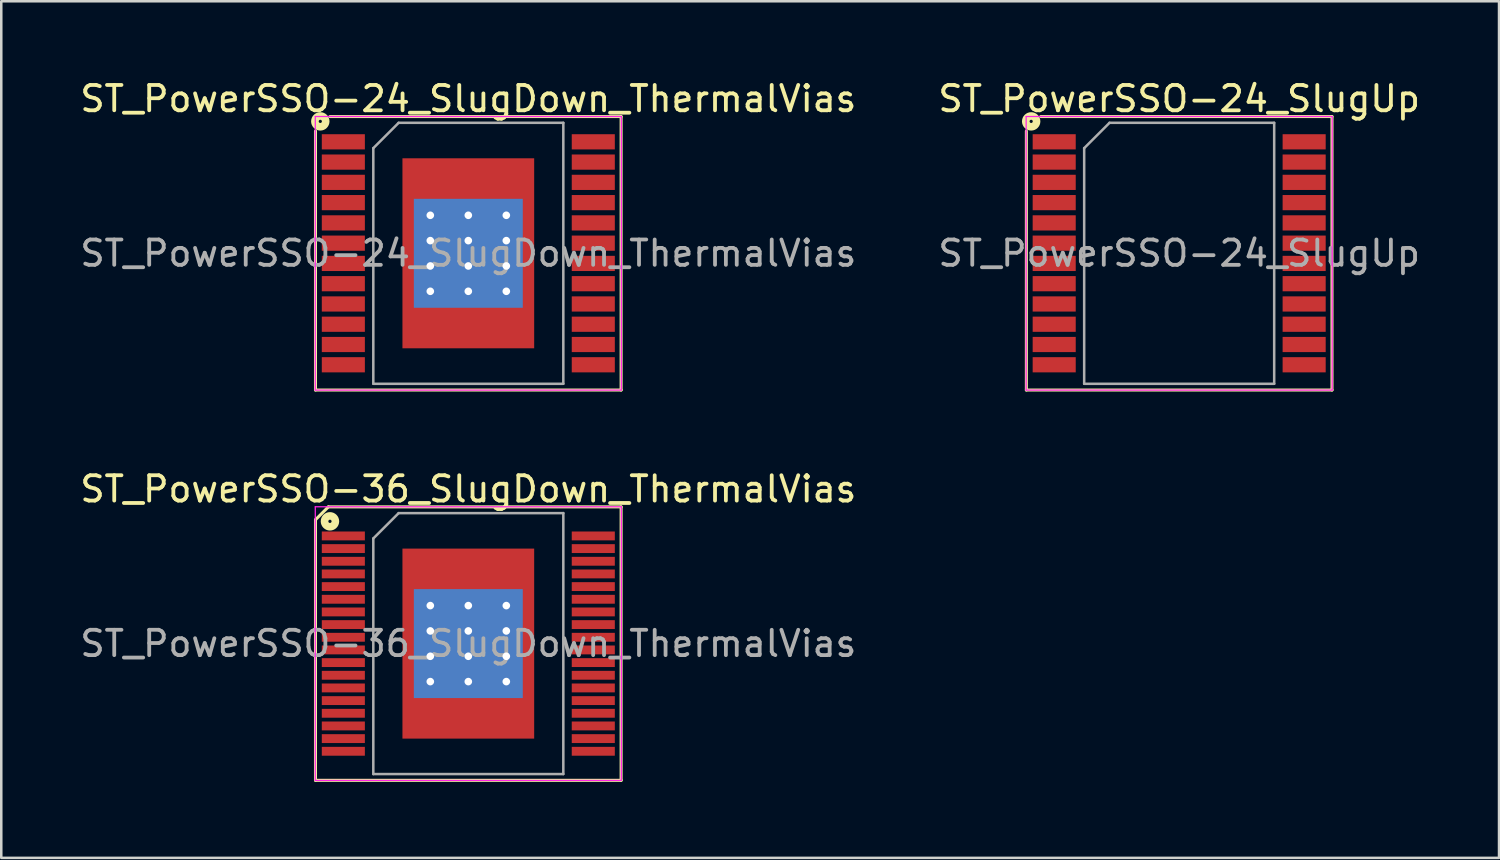
<source format=kicad_pcb>
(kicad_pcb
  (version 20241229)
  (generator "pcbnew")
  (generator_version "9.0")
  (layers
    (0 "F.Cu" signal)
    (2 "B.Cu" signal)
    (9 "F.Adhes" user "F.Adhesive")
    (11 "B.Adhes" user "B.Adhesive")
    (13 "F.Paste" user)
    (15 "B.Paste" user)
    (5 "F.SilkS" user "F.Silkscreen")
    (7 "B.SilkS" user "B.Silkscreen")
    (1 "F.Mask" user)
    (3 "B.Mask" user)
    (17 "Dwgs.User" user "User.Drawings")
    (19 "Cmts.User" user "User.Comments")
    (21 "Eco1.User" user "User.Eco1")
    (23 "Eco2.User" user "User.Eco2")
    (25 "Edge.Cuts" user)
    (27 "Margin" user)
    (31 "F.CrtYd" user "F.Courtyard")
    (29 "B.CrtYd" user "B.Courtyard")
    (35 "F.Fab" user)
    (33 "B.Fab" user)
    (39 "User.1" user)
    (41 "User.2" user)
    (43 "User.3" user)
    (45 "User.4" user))
  (footprint "ST_PowerSSO-24_SlugDown_ThermalVias"
    (layer "F.Cu")
    (at 15.435 6.948)
    (property "Reference" "ST_PowerSSO-24_SlugDown_ThermalVias" (at 0 -6.1 0) (layer "F.SilkS") (effects (font (size 1 1) (thickness 0.15))))
    (attr smd)
    (fp_line (start -6.032 -4.826) (end -6.032 5.397) (stroke (width 0.12) (type solid)) (layer "F.SilkS"))
    (fp_line (start -6.032 5.397) (end 6.032 5.397) (stroke (width 0.12) (type solid)) (layer "F.SilkS"))
    (fp_line (start 6.032 -5.397) (end -5.461 -5.397) (stroke (width 0.12) (type solid)) (layer "F.SilkS"))
    (fp_line (start 6.032 5.397) (end 6.032 -5.397) (stroke (width 0.12) (type solid)) (layer "F.SilkS"))
    (fp_circle (center -5.842 -5.207) (end -5.779 -5.207) (stroke (width 0.3) (type solid)) (fill no) (layer "F.SilkS"))
    (fp_line (start -6.04 -5.4) (end -6.04 5.4) (stroke (width 0.05) (type solid)) (layer "F.CrtYd"))
    (fp_line (start -6.04 -5.4) (end 6.04 -5.4) (stroke (width 0.05) (type solid)) (layer "F.CrtYd"))
    (fp_line (start 6.04 5.4) (end -6.04 5.4) (stroke (width 0.05) (type solid)) (layer "F.CrtYd"))
    (fp_line (start 6.04 5.4) (end 6.04 -5.4) (stroke (width 0.05) (type solid)) (layer "F.CrtYd"))
    (fp_line (start -3.75 -4.15) (end -3.75 5.15) (stroke (width 0.1) (type solid)) (layer "F.Fab"))
    (fp_line (start -3.75 5.15) (end 3.75 5.15) (stroke (width 0.1) (type solid)) (layer "F.Fab"))
    (fp_line (start -2.75 -5.15) (end -3.75 -4.15) (stroke (width 0.1) (type solid)) (layer "F.Fab"))
    (fp_line (start 3.75 -5.15) (end -2.75 -5.15) (stroke (width 0.1) (type solid)) (layer "F.Fab"))
    (fp_line (start 3.75 5.15) (end 3.75 -5.15) (stroke (width 0.1) (type solid)) (layer "F.Fab"))
    (fp_text user "${REFERENCE}" (at 0 0 0) (layer "F.Fab") (effects (font (size 1 1) (thickness 0.15))))
    (pad "1" smd rect (at -4.933 -4.4) (size 1.7 0.6) (layers "F.Cu" "F.Mask" "F.Paste"))
    (pad "2" smd rect (at -4.933 -3.6) (size 1.7 0.6) (layers "F.Cu" "F.Mask" "F.Paste"))
    (pad "3" smd rect (at -4.933 -2.8) (size 1.7 0.6) (layers "F.Cu" "F.Mask" "F.Paste"))
    (pad "4" smd rect (at -4.933 -2) (size 1.7 0.6) (layers "F.Cu" "F.Mask" "F.Paste"))
    (pad "5" smd rect (at -4.933 -1.2) (size 1.7 0.6) (layers "F.Cu" "F.Mask" "F.Paste"))
    (pad "6" smd rect (at -4.933 -0.4) (size 1.7 0.6) (layers "F.Cu" "F.Mask" "F.Paste"))
    (pad "7" smd rect (at -4.933 0.4) (size 1.7 0.6) (layers "F.Cu" "F.Mask" "F.Paste"))
    (pad "8" smd rect (at -4.933 1.2) (size 1.7 0.6) (layers "F.Cu" "F.Mask" "F.Paste"))
    (pad "9" smd rect (at -4.933 2) (size 1.7 0.6) (layers "F.Cu" "F.Mask" "F.Paste"))
    (pad "10" smd rect (at -4.933 2.8) (size 1.7 0.6) (layers "F.Cu" "F.Mask" "F.Paste"))
    (pad "11" smd rect (at -4.933 3.6) (size 1.7 0.6) (layers "F.Cu" "F.Mask" "F.Paste"))
    (pad "12" smd rect (at -4.933 4.4) (size 1.7 0.6) (layers "F.Cu" "F.Mask" "F.Paste"))
    (pad "13" smd rect (at 4.933 4.4) (size 1.7 0.6) (layers "F.Cu" "F.Mask" "F.Paste"))
    (pad "14" smd rect (at 4.933 3.6) (size 1.7 0.6) (layers "F.Cu" "F.Mask" "F.Paste"))
    (pad "15" smd rect (at 4.933 2.8) (size 1.7 0.6) (layers "F.Cu" "F.Mask" "F.Paste"))
    (pad "16" smd rect (at 4.933 2) (size 1.7 0.6) (layers "F.Cu" "F.Mask" "F.Paste"))
    (pad "17" smd rect (at 4.933 1.2) (size 1.7 0.6) (layers "F.Cu" "F.Mask" "F.Paste"))
    (pad "18" smd rect (at 4.933 0.4) (size 1.7 0.6) (layers "F.Cu" "F.Mask" "F.Paste"))
    (pad "19" smd rect (at 4.933 -0.4) (size 1.7 0.6) (layers "F.Cu" "F.Mask" "F.Paste"))
    (pad "20" smd rect (at 4.933 -1.2) (size 1.7 0.6) (layers "F.Cu" "F.Mask" "F.Paste"))
    (pad "21" smd rect (at 4.933 -2) (size 1.7 0.6) (layers "F.Cu" "F.Mask" "F.Paste"))
    (pad "22" smd rect (at 4.933 -2.8) (size 1.7 0.6) (layers "F.Cu" "F.Mask" "F.Paste"))
    (pad "23" smd rect (at 4.933 -3.6) (size 1.7 0.6) (layers "F.Cu" "F.Mask" "F.Paste"))
    (pad "24" smd rect (at 4.933 -4.4) (size 1.7 0.6) (layers "F.Cu" "F.Mask" "F.Paste"))
    (pad "25" thru_hole circle (at -1.5 -1.5) (size 0.7 0.7) (drill 0.3) (layers "*.Cu"))
    (pad "25" thru_hole circle (at -1.5 -0.5) (size 0.7 0.7) (drill 0.3) (layers "*.Cu"))
    (pad "25" thru_hole circle (at -1.5 0.5) (size 0.7 0.7) (drill 0.3) (layers "*.Cu"))
    (pad "25" thru_hole circle (at -1.5 1.5) (size 0.7 0.7) (drill 0.3) (layers "*.Cu"))
    (pad "25" thru_hole circle (at 0 -1.5) (size 0.7 0.7) (drill 0.3) (layers "*.Cu"))
    (pad "25" thru_hole circle (at 0 -0.5) (size 0.7 0.7) (drill 0.3) (layers "*.Cu"))
    (pad "25" smd rect (at 0 0) (size 4.3 4.3) (layers "B.Cu" "B.Mask"))
    (pad "25" smd rect (at 0 0) (size 5.2 7.5) (layers "F.Cu" "F.Mask" "F.Paste"))
    (pad "25" thru_hole circle (at 0 0.5) (size 0.7 0.7) (drill 0.3) (layers "*.Cu"))
    (pad "25" thru_hole circle (at 0 1.5) (size 0.7 0.7) (drill 0.3) (layers "*.Cu"))
    (pad "25" thru_hole circle (at 1.5 -1.5) (size 0.7 0.7) (drill 0.3) (layers "*.Cu"))
    (pad "25" thru_hole circle (at 1.5 -0.5) (size 0.7 0.7) (drill 0.3) (layers "*.Cu"))
    (pad "25" thru_hole circle (at 1.5 0.5) (size 0.7 0.7) (drill 0.3) (layers "*.Cu"))
    (pad "25" thru_hole circle (at 1.5 1.5) (size 0.7 0.7) (drill 0.3) (layers "*.Cu")))
  (footprint "ST_PowerSSO-24_SlugUp"
    (layer "F.Cu")
    (at 43.494 6.948)
    (property "Reference" "ST_PowerSSO-24_SlugUp" (at 0 -6.1 0) (layer "F.SilkS") (effects (font (size 1 1) (thickness 0.15))))
    (attr smd)
    (fp_line (start -6.032 -4.826) (end -6.032 5.397) (stroke (width 0.12) (type solid)) (layer "F.SilkS"))
    (fp_line (start -6.032 5.397) (end 6.032 5.397) (stroke (width 0.12) (type solid)) (layer "F.SilkS"))
    (fp_line (start 6.032 -5.397) (end -5.461 -5.397) (stroke (width 0.12) (type solid)) (layer "F.SilkS"))
    (fp_line (start 6.032 5.397) (end 6.032 -5.397) (stroke (width 0.12) (type solid)) (layer "F.SilkS"))
    (fp_circle (center -5.842 -5.207) (end -5.779 -5.207) (stroke (width 0.3) (type solid)) (fill no) (layer "F.SilkS"))
    (fp_line (start -6.04 -5.4) (end -6.04 5.4) (stroke (width 0.05) (type solid)) (layer "F.CrtYd"))
    (fp_line (start -6.04 -5.4) (end 6.04 -5.4) (stroke (width 0.05) (type solid)) (layer "F.CrtYd"))
    (fp_line (start 6.04 5.4) (end -6.04 5.4) (stroke (width 0.05) (type solid)) (layer "F.CrtYd"))
    (fp_line (start 6.04 5.4) (end 6.04 -5.4) (stroke (width 0.05) (type solid)) (layer "F.CrtYd"))
    (fp_line (start -3.75 -4.15) (end -3.75 5.15) (stroke (width 0.1) (type solid)) (layer "F.Fab"))
    (fp_line (start -3.75 5.15) (end 3.75 5.15) (stroke (width 0.1) (type solid)) (layer "F.Fab"))
    (fp_line (start -2.75 -5.15) (end -3.75 -4.15) (stroke (width 0.1) (type solid)) (layer "F.Fab"))
    (fp_line (start 3.75 -5.15) (end -2.75 -5.15) (stroke (width 0.1) (type solid)) (layer "F.Fab"))
    (fp_line (start 3.75 5.15) (end 3.75 -5.15) (stroke (width 0.1) (type solid)) (layer "F.Fab"))
    (fp_text user "${REFERENCE}" (at 0 0 0) (layer "F.Fab") (effects (font (size 1 1) (thickness 0.15))))
    (pad "1" smd rect (at -4.933 -4.4) (size 1.7 0.6) (layers "F.Cu" "F.Mask" "F.Paste"))
    (pad "2" smd rect (at -4.933 -3.6) (size 1.7 0.6) (layers "F.Cu" "F.Mask" "F.Paste"))
    (pad "3" smd rect (at -4.933 -2.8) (size 1.7 0.6) (layers "F.Cu" "F.Mask" "F.Paste"))
    (pad "4" smd rect (at -4.933 -2) (size 1.7 0.6) (layers "F.Cu" "F.Mask" "F.Paste"))
    (pad "5" smd rect (at -4.933 -1.2) (size 1.7 0.6) (layers "F.Cu" "F.Mask" "F.Paste"))
    (pad "6" smd rect (at -4.933 -0.4) (size 1.7 0.6) (layers "F.Cu" "F.Mask" "F.Paste"))
    (pad "7" smd rect (at -4.933 0.4) (size 1.7 0.6) (layers "F.Cu" "F.Mask" "F.Paste"))
    (pad "8" smd rect (at -4.933 1.2) (size 1.7 0.6) (layers "F.Cu" "F.Mask" "F.Paste"))
    (pad "9" smd rect (at -4.933 2) (size 1.7 0.6) (layers "F.Cu" "F.Mask" "F.Paste"))
    (pad "10" smd rect (at -4.933 2.8) (size 1.7 0.6) (layers "F.Cu" "F.Mask" "F.Paste"))
    (pad "11" smd rect (at -4.933 3.6) (size 1.7 0.6) (layers "F.Cu" "F.Mask" "F.Paste"))
    (pad "12" smd rect (at -4.933 4.4) (size 1.7 0.6) (layers "F.Cu" "F.Mask" "F.Paste"))
    (pad "13" smd rect (at 4.933 4.4) (size 1.7 0.6) (layers "F.Cu" "F.Mask" "F.Paste"))
    (pad "14" smd rect (at 4.933 3.6) (size 1.7 0.6) (layers "F.Cu" "F.Mask" "F.Paste"))
    (pad "15" smd rect (at 4.933 2.8) (size 1.7 0.6) (layers "F.Cu" "F.Mask" "F.Paste"))
    (pad "16" smd rect (at 4.933 2) (size 1.7 0.6) (layers "F.Cu" "F.Mask" "F.Paste"))
    (pad "17" smd rect (at 4.933 1.2) (size 1.7 0.6) (layers "F.Cu" "F.Mask" "F.Paste"))
    (pad "18" smd rect (at 4.933 0.4) (size 1.7 0.6) (layers "F.Cu" "F.Mask" "F.Paste"))
    (pad "19" smd rect (at 4.933 -0.4) (size 1.7 0.6) (layers "F.Cu" "F.Mask" "F.Paste"))
    (pad "20" smd rect (at 4.933 -1.2) (size 1.7 0.6) (layers "F.Cu" "F.Mask" "F.Paste"))
    (pad "21" smd rect (at 4.933 -2) (size 1.7 0.6) (layers "F.Cu" "F.Mask" "F.Paste"))
    (pad "22" smd rect (at 4.933 -2.8) (size 1.7 0.6) (layers "F.Cu" "F.Mask" "F.Paste"))
    (pad "23" smd rect (at 4.933 -3.6) (size 1.7 0.6) (layers "F.Cu" "F.Mask" "F.Paste"))
    (pad "24" smd rect (at 4.933 -4.4) (size 1.7 0.6) (layers "F.Cu" "F.Mask" "F.Paste")))
  (footprint "ST_PowerSSO-36_SlugDown_ThermalVias"
    (layer "F.Cu")
    (at 15.435 22.354)
    (property "Reference" "ST_PowerSSO-36_SlugDown_ThermalVias" (at 0 -6.1 0) (layer "F.SilkS") (effects (font (size 1 1) (thickness 0.15))))
    (attr smd)
    (fp_line (start -6.032 -4.889) (end -6.032 5.397) (stroke (width 0.12) (type solid)) (layer "F.SilkS"))
    (fp_line (start -6.032 -4.889) (end -5.524 -5.397) (stroke (width 0.12) (type solid)) (layer "F.SilkS"))
    (fp_line (start -6.032 5.397) (end 6.032 5.397) (stroke (width 0.12) (type solid)) (layer "F.SilkS"))
    (fp_line (start 6.032 -5.397) (end -5.524 -5.397) (stroke (width 0.12) (type solid)) (layer "F.SilkS"))
    (fp_line (start 6.032 5.397) (end 6.032 -5.397) (stroke (width 0.12) (type solid)) (layer "F.SilkS"))
    (fp_circle (center -5.461 -4.826) (end -5.397 -4.826) (stroke (width 0.3) (type solid)) (fill no) (layer "F.SilkS"))
    (fp_line (start -6.04 -5.4) (end -6.04 5.4) (stroke (width 0.05) (type solid)) (layer "F.CrtYd"))
    (fp_line (start -6.04 -5.4) (end 6.04 -5.4) (stroke (width 0.05) (type solid)) (layer "F.CrtYd"))
    (fp_line (start 6.04 5.4) (end -6.04 5.4) (stroke (width 0.05) (type solid)) (layer "F.CrtYd"))
    (fp_line (start 6.04 5.4) (end 6.04 -5.4) (stroke (width 0.05) (type solid)) (layer "F.CrtYd"))
    (fp_line (start -3.75 -4.15) (end -3.75 5.15) (stroke (width 0.1) (type solid)) (layer "F.Fab"))
    (fp_line (start -3.75 5.15) (end 3.75 5.15) (stroke (width 0.1) (type solid)) (layer "F.Fab"))
    (fp_line (start -2.75 -5.15) (end -3.75 -4.15) (stroke (width 0.1) (type solid)) (layer "F.Fab"))
    (fp_line (start 3.75 -5.15) (end -2.75 -5.15) (stroke (width 0.1) (type solid)) (layer "F.Fab"))
    (fp_line (start 3.75 5.15) (end 3.75 -5.15) (stroke (width 0.1) (type solid)) (layer "F.Fab"))
    (fp_text user "${REFERENCE}" (at 0 0 0) (layer "F.Fab") (effects (font (size 1 1) (thickness 0.15))))
    (pad "1" smd rect (at -4.933 -4.25) (size 1.7 0.35) (layers "F.Cu" "F.Mask" "F.Paste"))
    (pad "2" smd rect (at -4.933 -3.75) (size 1.7 0.35) (layers "F.Cu" "F.Mask" "F.Paste"))
    (pad "3" smd rect (at -4.933 -3.25) (size 1.7 0.35) (layers "F.Cu" "F.Mask" "F.Paste"))
    (pad "4" smd rect (at -4.933 -2.75) (size 1.7 0.35) (layers "F.Cu" "F.Mask" "F.Paste"))
    (pad "5" smd rect (at -4.933 -2.25) (size 1.7 0.35) (layers "F.Cu" "F.Mask" "F.Paste"))
    (pad "6" smd rect (at -4.933 -1.75) (size 1.7 0.35) (layers "F.Cu" "F.Mask" "F.Paste"))
    (pad "7" smd rect (at -4.933 -1.25) (size 1.7 0.35) (layers "F.Cu" "F.Mask" "F.Paste"))
    (pad "8" smd rect (at -4.933 -0.75) (size 1.7 0.35) (layers "F.Cu" "F.Mask" "F.Paste"))
    (pad "9" smd rect (at -4.933 -0.25) (size 1.7 0.35) (layers "F.Cu" "F.Mask" "F.Paste"))
    (pad "10" smd rect (at -4.933 0.25) (size 1.7 0.35) (layers "F.Cu" "F.Mask" "F.Paste"))
    (pad "11" smd rect (at -4.933 0.75) (size 1.7 0.35) (layers "F.Cu" "F.Mask" "F.Paste"))
    (pad "12" smd rect (at -4.933 1.25) (size 1.7 0.35) (layers "F.Cu" "F.Mask" "F.Paste"))
    (pad "13" smd rect (at -4.933 1.75) (size 1.7 0.35) (layers "F.Cu" "F.Mask" "F.Paste"))
    (pad "14" smd rect (at -4.933 2.25) (size 1.7 0.35) (layers "F.Cu" "F.Mask" "F.Paste"))
    (pad "15" smd rect (at -4.933 2.75) (size 1.7 0.35) (layers "F.Cu" "F.Mask" "F.Paste"))
    (pad "16" smd rect (at -4.933 3.25) (size 1.7 0.35) (layers "F.Cu" "F.Mask" "F.Paste"))
    (pad "17" smd rect (at -4.933 3.75) (size 1.7 0.35) (layers "F.Cu" "F.Mask" "F.Paste"))
    (pad "18" smd rect (at -4.933 4.25) (size 1.7 0.35) (layers "F.Cu" "F.Mask" "F.Paste"))
    (pad "19" smd rect (at 4.933 4.25) (size 1.7 0.35) (layers "F.Cu" "F.Mask" "F.Paste"))
    (pad "20" smd rect (at 4.933 3.75) (size 1.7 0.35) (layers "F.Cu" "F.Mask" "F.Paste"))
    (pad "21" smd rect (at 4.933 3.25) (size 1.7 0.35) (layers "F.Cu" "F.Mask" "F.Paste"))
    (pad "22" smd rect (at 4.933 2.75) (size 1.7 0.35) (layers "F.Cu" "F.Mask" "F.Paste"))
    (pad "23" smd rect (at 4.933 2.25) (size 1.7 0.35) (layers "F.Cu" "F.Mask" "F.Paste"))
    (pad "24" smd rect (at 4.933 1.75) (size 1.7 0.35) (layers "F.Cu" "F.Mask" "F.Paste"))
    (pad "25" smd rect (at 4.933 1.25) (size 1.7 0.35) (layers "F.Cu" "F.Mask" "F.Paste"))
    (pad "26" smd rect (at 4.933 0.75) (size 1.7 0.35) (layers "F.Cu" "F.Mask" "F.Paste"))
    (pad "27" smd rect (at 4.933 0.25) (size 1.7 0.35) (layers "F.Cu" "F.Mask" "F.Paste"))
    (pad "28" smd rect (at 4.933 -0.25) (size 1.7 0.35) (layers "F.Cu" "F.Mask" "F.Paste"))
    (pad "29" smd rect (at 4.933 -0.75) (size 1.7 0.35) (layers "F.Cu" "F.Mask" "F.Paste"))
    (pad "30" smd rect (at 4.933 -1.25) (size 1.7 0.35) (layers "F.Cu" "F.Mask" "F.Paste"))
    (pad "31" smd rect (at 4.933 -1.75) (size 1.7 0.35) (layers "F.Cu" "F.Mask" "F.Paste"))
    (pad "32" smd rect (at 4.933 -2.25) (size 1.7 0.35) (layers "F.Cu" "F.Mask" "F.Paste"))
    (pad "33" smd rect (at 4.933 -2.75) (size 1.7 0.35) (layers "F.Cu" "F.Mask" "F.Paste"))
    (pad "34" smd rect (at 4.933 -3.25) (size 1.7 0.35) (layers "F.Cu" "F.Mask" "F.Paste"))
    (pad "35" smd rect (at 4.933 -3.75) (size 1.7 0.35) (layers "F.Cu" "F.Mask" "F.Paste"))
    (pad "36" smd rect (at 4.933 -4.25) (size 1.7 0.35) (layers "F.Cu" "F.Mask" "F.Paste"))
    (pad "37" thru_hole circle (at -1.5 -1.5) (size 0.6 0.6) (drill 0.3) (layers "*.Cu"))
    (pad "37" thru_hole circle (at -1.5 -0.5) (size 0.6 0.6) (drill 0.3) (layers "*.Cu"))
    (pad "37" thru_hole circle (at -1.5 0.5) (size 0.6 0.6) (drill 0.3) (layers "*.Cu"))
    (pad "37" thru_hole circle (at -1.5 1.5) (size 0.6 0.6) (drill 0.3) (layers "*.Cu"))
    (pad "37" thru_hole circle (at 0 -1.5) (size 0.6 0.6) (drill 0.3) (layers "*.Cu"))
    (pad "37" thru_hole circle (at 0 -0.5) (size 0.6 0.6) (drill 0.3) (layers "*.Cu"))
    (pad "37" smd rect (at 0 0) (size 4.3 4.3) (layers "B.Cu" "B.Mask"))
    (pad "37" smd rect (at 0 0) (size 5.2 7.5) (layers "F.Cu" "F.Mask" "F.Paste"))
    (pad "37" thru_hole circle (at 0 0.5) (size 0.6 0.6) (drill 0.3) (layers "*.Cu"))
    (pad "37" thru_hole circle (at 0 1.5) (size 0.6 0.6) (drill 0.3) (layers "*.Cu"))
    (pad "37" thru_hole circle (at 1.5 -1.5) (size 0.6 0.6) (drill 0.3) (layers "*.Cu"))
    (pad "37" thru_hole circle (at 1.5 -0.5) (size 0.6 0.6) (drill 0.3) (layers "*.Cu"))
    (pad "37" thru_hole circle (at 1.5 0.5) (size 0.6 0.6) (drill 0.3) (layers "*.Cu"))
    (pad "37" thru_hole circle (at 1.5 1.5) (size 0.6 0.6) (drill 0.3) (layers "*.Cu")))
  (gr_rect
    (start -3 -3)
    (end 56.119 30.811)
    (stroke (width 0.1) (type default))
    (fill no)
    (layer "Edge.Cuts")))
</source>
